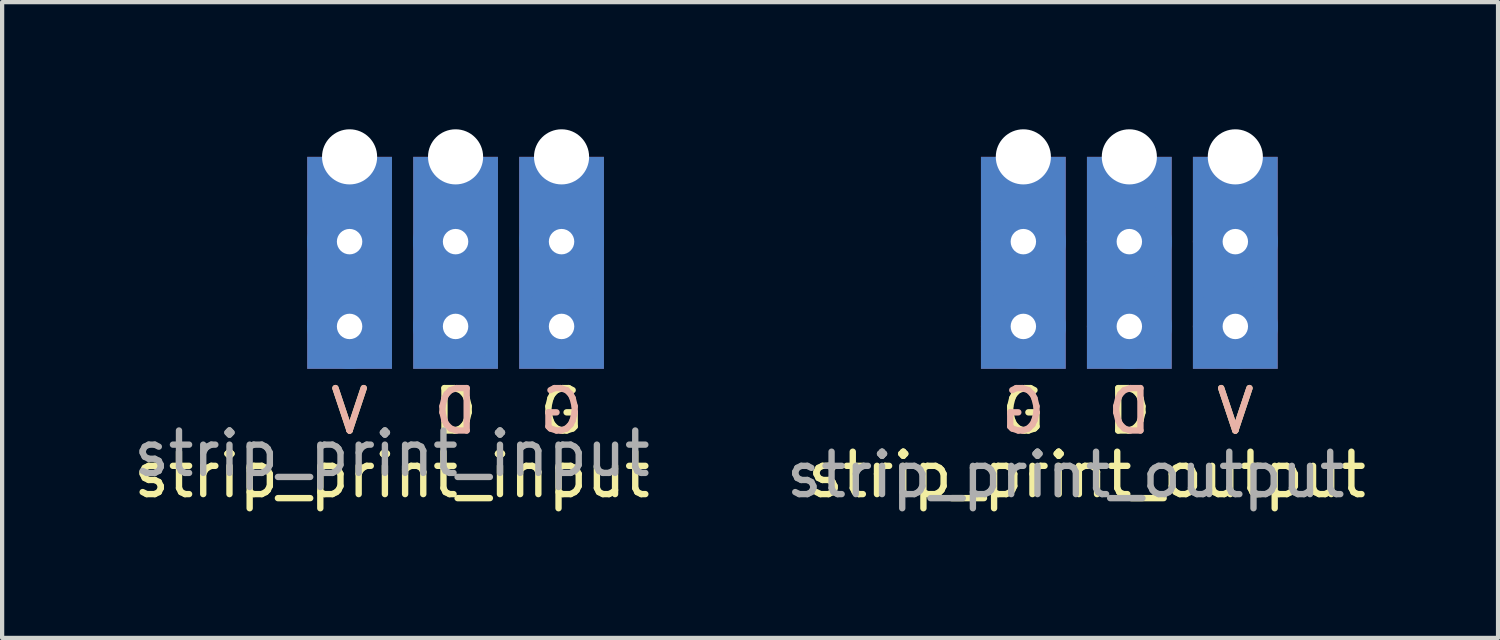
<source format=kicad_pcb>
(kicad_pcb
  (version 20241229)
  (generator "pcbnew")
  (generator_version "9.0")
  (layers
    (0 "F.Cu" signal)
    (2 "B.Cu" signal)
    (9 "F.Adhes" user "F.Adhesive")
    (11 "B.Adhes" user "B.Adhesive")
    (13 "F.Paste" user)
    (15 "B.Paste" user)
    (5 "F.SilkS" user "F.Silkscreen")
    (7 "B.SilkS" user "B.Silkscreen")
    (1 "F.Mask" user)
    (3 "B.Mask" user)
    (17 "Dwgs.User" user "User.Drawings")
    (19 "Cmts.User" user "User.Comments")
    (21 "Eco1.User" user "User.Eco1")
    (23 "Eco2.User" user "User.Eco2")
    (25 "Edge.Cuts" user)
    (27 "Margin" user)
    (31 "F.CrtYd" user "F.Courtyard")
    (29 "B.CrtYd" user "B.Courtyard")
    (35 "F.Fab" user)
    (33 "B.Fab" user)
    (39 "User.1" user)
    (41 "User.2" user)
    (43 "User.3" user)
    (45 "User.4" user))
  (footprint "strip_print_output"
    (layer "F.Cu")
    (at 23.589 0.65)
    (property "Reference" "strip_print_output" (at -1 7.5 0) (unlocked yes) (layer "F.SilkS") (effects (font (size 1 1) (thickness 0.15))))
    (attr through_hole)
    (fp_text user "V" (at 2.5 6 0) (unlocked yes) (layer "F.SilkS") (effects (font (size 1 1) (thickness 0.15))))
    (fp_text user "G" (at -2.5 6 0) (unlocked yes) (layer "F.SilkS") (effects (font (size 1 1) (thickness 0.15))))
    (fp_text user "D" (at 0 6 0) (unlocked yes) (layer "F.SilkS") (effects (font (size 1 1) (thickness 0.15))))
    (fp_text user "G" (at -2.5 6 0) (unlocked yes) (layer "B.SilkS") (effects (font (size 1 1) (thickness 0.15)) (justify mirror)))
    (fp_text user "V" (at 2.5 6 0) (unlocked yes) (layer "B.SilkS") (effects (font (size 1 1) (thickness 0.15)) (justify mirror)))
    (fp_text user "D" (at 0 6 0) (unlocked yes) (layer "B.SilkS") (effects (font (size 1 1) (thickness 0.15)) (justify mirror)))
    (fp_text user "${REFERENCE}" (at -1.5 7.5 0) (unlocked yes) (layer "F.Fab") (effects (font (size 1 1) (thickness 0.15))))
    (pad "1" thru_hole rect (at 2.5 0) (size 2 5) (drill 1.3 (offset 0 2.5)) (layers "*.Cu" "*.Mask"))
    (pad "1" thru_hole circle (at 2.5 2) (size 2 2) (drill 0.6) (layers "*.Cu" "*.Mask"))
    (pad "1" thru_hole circle (at 2.5 4) (size 2 2) (drill 0.6) (layers "*.Cu" "*.Mask"))
    (pad "2" thru_hole rect (at 0 0) (size 2 5) (drill 1.3 (offset 0 2.5)) (layers "*.Cu" "*.Mask"))
    (pad "2" thru_hole circle (at 0 2) (size 2 2) (drill 0.6) (layers "*.Cu" "*.Mask"))
    (pad "2" thru_hole circle (at 0 4) (size 2 2) (drill 0.6) (layers "*.Cu" "*.Mask"))
    (pad "3" thru_hole rect (at -2.5 0) (size 2 5) (drill 1.3 (offset 0 2.5)) (layers "*.Cu" "*.Mask"))
    (pad "3" thru_hole circle (at -2.5 2) (size 2 2) (drill 0.6) (layers "*.Cu" "*.Mask"))
    (pad "3" thru_hole circle (at -2.5 4) (size 2 2) (drill 0.6) (layers "*.Cu" "*.Mask")))
  (footprint "strip_print_input"
    (layer "F.Cu")
    (at 7.696 0.65)
    (property "Reference" "strip_print_input" (at -1.5 7.5 0) (unlocked yes) (layer "F.SilkS") (effects (font (size 1 1) (thickness 0.15))))
    (attr through_hole)
    (fp_text user "G" (at 2.5 6 0) (unlocked yes) (layer "F.SilkS") (effects (font (size 1 1) (thickness 0.15))))
    (fp_text user "V" (at -2.5 6 0) (unlocked yes) (layer "F.SilkS") (effects (font (size 1 1) (thickness 0.15))))
    (fp_text user "D" (at 0 6 0) (unlocked yes) (layer "F.SilkS") (effects (font (size 1 1) (thickness 0.15))))
    (fp_text user "D" (at 0 6 0) (unlocked yes) (layer "B.SilkS") (effects (font (size 1 1) (thickness 0.15)) (justify mirror)))
    (fp_text user "G" (at 2.5 6 0) (unlocked yes) (layer "B.SilkS") (effects (font (size 1 1) (thickness 0.15)) (justify mirror)))
    (fp_text user "V" (at -2.5 6 0) (unlocked yes) (layer "B.SilkS") (effects (font (size 1 1) (thickness 0.15)) (justify mirror)))
    (fp_text user "${REFERENCE}" (at -1.5 7 0) (unlocked yes) (layer "F.Fab") (effects (font (size 1 1) (thickness 0.15))))
    (pad "1" thru_hole rect (at -2.5 0) (size 2 5) (drill 1.3 (offset 0 2.5)) (layers "*.Cu" "*.Mask"))
    (pad "1" thru_hole circle (at -2.5 2) (size 2 2) (drill 0.6) (layers "*.Cu" "*.Mask"))
    (pad "1" thru_hole circle (at -2.5 4) (size 2 2) (drill 0.6) (layers "*.Cu" "*.Mask"))
    (pad "2" thru_hole rect (at 0 0) (size 2 5) (drill 1.3 (offset 0 2.5)) (layers "*.Cu" "*.Mask"))
    (pad "2" thru_hole circle (at 0 2) (size 2 2) (drill 0.6) (layers "*.Cu" "*.Mask"))
    (pad "2" thru_hole circle (at 0 4) (size 2 2) (drill 0.6) (layers "*.Cu" "*.Mask"))
    (pad "3" thru_hole rect (at 2.5 0) (size 2 5) (drill 1.3 (offset 0 2.5)) (layers "*.Cu" "*.Mask"))
    (pad "3" thru_hole circle (at 2.5 2) (size 2 2) (drill 0.6) (layers "*.Cu" "*.Mask"))
    (pad "3" thru_hole circle (at 2.5 4) (size 2 2) (drill 0.6) (layers "*.Cu" "*.Mask")))
  (gr_rect
    (start -3 -3)
    (end 32.286 11.998)
    (stroke (width 0.1) (type default))
    (fill no)
    (layer "Edge.Cuts")))
</source>
